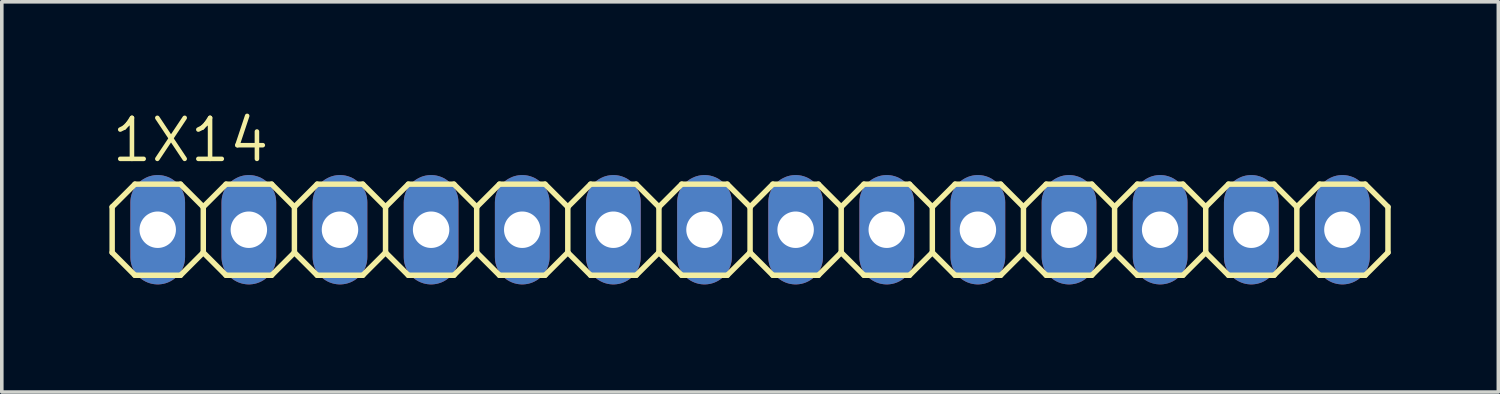
<source format=kicad_pcb>
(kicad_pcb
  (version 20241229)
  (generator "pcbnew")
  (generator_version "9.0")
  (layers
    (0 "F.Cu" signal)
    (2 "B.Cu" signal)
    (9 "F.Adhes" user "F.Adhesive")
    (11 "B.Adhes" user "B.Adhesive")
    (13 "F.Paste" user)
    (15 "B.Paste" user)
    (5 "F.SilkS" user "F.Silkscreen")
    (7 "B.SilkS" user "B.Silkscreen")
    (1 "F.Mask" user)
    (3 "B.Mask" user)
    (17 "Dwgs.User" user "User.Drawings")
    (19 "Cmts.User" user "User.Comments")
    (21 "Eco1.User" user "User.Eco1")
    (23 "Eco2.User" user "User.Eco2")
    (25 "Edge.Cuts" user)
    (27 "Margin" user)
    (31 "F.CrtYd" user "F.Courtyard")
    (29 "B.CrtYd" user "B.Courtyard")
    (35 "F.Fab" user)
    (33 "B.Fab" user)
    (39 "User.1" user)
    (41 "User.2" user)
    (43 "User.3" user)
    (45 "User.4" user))
  (footprint "1X14"
    (layer "F.Cu")
    (at 17.856 3.353)
    (property "Reference" "1X14" (at -17.856 -1.829 0) (layer "F.SilkS") (effects (font (size 1.143 1.143) (thickness 0.127)) (justify left bottom)))
    (fp_line (start -17.78 -0.635) (end -17.78 0.635) (stroke (width 0.152) (type solid)) (layer "F.SilkS"))
    (fp_line (start -17.78 0.635) (end -17.145 1.27) (stroke (width 0.152) (type solid)) (layer "F.SilkS"))
    (fp_line (start -17.145 -1.27) (end -17.78 -0.635) (stroke (width 0.152) (type solid)) (layer "F.SilkS"))
    (fp_line (start -17.145 -1.27) (end -15.875 -1.27) (stroke (width 0.152) (type solid)) (layer "F.SilkS"))
    (fp_line (start -15.875 -1.27) (end -15.24 -0.635) (stroke (width 0.152) (type solid)) (layer "F.SilkS"))
    (fp_line (start -15.875 1.27) (end -17.145 1.27) (stroke (width 0.152) (type solid)) (layer "F.SilkS"))
    (fp_line (start -15.24 -0.635) (end -15.24 0.635) (stroke (width 0.152) (type solid)) (layer "F.SilkS"))
    (fp_line (start -15.24 -0.635) (end -14.605 -1.27) (stroke (width 0.152) (type solid)) (layer "F.SilkS"))
    (fp_line (start -15.24 0.635) (end -15.875 1.27) (stroke (width 0.152) (type solid)) (layer "F.SilkS"))
    (fp_line (start -14.605 -1.27) (end -13.335 -1.27) (stroke (width 0.152) (type solid)) (layer "F.SilkS"))
    (fp_line (start -14.605 1.27) (end -15.24 0.635) (stroke (width 0.152) (type solid)) (layer "F.SilkS"))
    (fp_line (start -13.335 -1.27) (end -12.7 -0.635) (stroke (width 0.152) (type solid)) (layer "F.SilkS"))
    (fp_line (start -13.335 1.27) (end -14.605 1.27) (stroke (width 0.152) (type solid)) (layer "F.SilkS"))
    (fp_line (start -12.7 -0.635) (end -12.7 0.635) (stroke (width 0.152) (type solid)) (layer "F.SilkS"))
    (fp_line (start -12.7 -0.635) (end -12.065 -1.27) (stroke (width 0.152) (type solid)) (layer "F.SilkS"))
    (fp_line (start -12.7 0.635) (end -13.335 1.27) (stroke (width 0.152) (type solid)) (layer "F.SilkS"))
    (fp_line (start -12.065 -1.27) (end -10.795 -1.27) (stroke (width 0.152) (type solid)) (layer "F.SilkS"))
    (fp_line (start -12.065 1.27) (end -12.7 0.635) (stroke (width 0.152) (type solid)) (layer "F.SilkS"))
    (fp_line (start -10.795 -1.27) (end -10.16 -0.635) (stroke (width 0.152) (type solid)) (layer "F.SilkS"))
    (fp_line (start -10.795 1.27) (end -12.065 1.27) (stroke (width 0.152) (type solid)) (layer "F.SilkS"))
    (fp_line (start -10.16 -0.635) (end -10.16 0.635) (stroke (width 0.152) (type solid)) (layer "F.SilkS"))
    (fp_line (start -10.16 0.635) (end -10.795 1.27) (stroke (width 0.152) (type solid)) (layer "F.SilkS"))
    (fp_line (start -10.16 0.635) (end -9.525 1.27) (stroke (width 0.152) (type solid)) (layer "F.SilkS"))
    (fp_line (start -9.525 -1.27) (end -10.16 -0.635) (stroke (width 0.152) (type solid)) (layer "F.SilkS"))
    (fp_line (start -9.525 -1.27) (end -8.255 -1.27) (stroke (width 0.152) (type solid)) (layer "F.SilkS"))
    (fp_line (start -8.255 -1.27) (end -7.62 -0.635) (stroke (width 0.152) (type solid)) (layer "F.SilkS"))
    (fp_line (start -8.255 1.27) (end -9.525 1.27) (stroke (width 0.152) (type solid)) (layer "F.SilkS"))
    (fp_line (start -7.62 -0.635) (end -7.62 0.635) (stroke (width 0.152) (type solid)) (layer "F.SilkS"))
    (fp_line (start -7.62 -0.635) (end -6.985 -1.27) (stroke (width 0.152) (type solid)) (layer "F.SilkS"))
    (fp_line (start -7.62 0.635) (end -8.255 1.27) (stroke (width 0.152) (type solid)) (layer "F.SilkS"))
    (fp_line (start -6.985 -1.27) (end -5.715 -1.27) (stroke (width 0.152) (type solid)) (layer "F.SilkS"))
    (fp_line (start -6.985 1.27) (end -7.62 0.635) (stroke (width 0.152) (type solid)) (layer "F.SilkS"))
    (fp_line (start -5.715 -1.27) (end -5.08 -0.635) (stroke (width 0.152) (type solid)) (layer "F.SilkS"))
    (fp_line (start -5.715 1.27) (end -6.985 1.27) (stroke (width 0.152) (type solid)) (layer "F.SilkS"))
    (fp_line (start -5.08 -0.635) (end -5.08 0.635) (stroke (width 0.152) (type solid)) (layer "F.SilkS"))
    (fp_line (start -5.08 -0.635) (end -4.445 -1.27) (stroke (width 0.152) (type solid)) (layer "F.SilkS"))
    (fp_line (start -5.08 0.635) (end -5.715 1.27) (stroke (width 0.152) (type solid)) (layer "F.SilkS"))
    (fp_line (start -4.445 -1.27) (end -3.175 -1.27) (stroke (width 0.152) (type solid)) (layer "F.SilkS"))
    (fp_line (start -4.445 1.27) (end -5.08 0.635) (stroke (width 0.152) (type solid)) (layer "F.SilkS"))
    (fp_line (start -3.175 -1.27) (end -2.54 -0.635) (stroke (width 0.152) (type solid)) (layer "F.SilkS"))
    (fp_line (start -3.175 1.27) (end -4.445 1.27) (stroke (width 0.152) (type solid)) (layer "F.SilkS"))
    (fp_line (start -2.54 -0.635) (end -2.54 0.635) (stroke (width 0.152) (type solid)) (layer "F.SilkS"))
    (fp_line (start -2.54 0.635) (end -3.175 1.27) (stroke (width 0.152) (type solid)) (layer "F.SilkS"))
    (fp_line (start -2.54 0.635) (end -1.905 1.27) (stroke (width 0.152) (type solid)) (layer "F.SilkS"))
    (fp_line (start -1.905 -1.27) (end -2.54 -0.635) (stroke (width 0.152) (type solid)) (layer "F.SilkS"))
    (fp_line (start -1.905 -1.27) (end -0.635 -1.27) (stroke (width 0.152) (type solid)) (layer "F.SilkS"))
    (fp_line (start -0.635 -1.27) (end 0 -0.635) (stroke (width 0.152) (type solid)) (layer "F.SilkS"))
    (fp_line (start -0.635 1.27) (end -1.905 1.27) (stroke (width 0.152) (type solid)) (layer "F.SilkS"))
    (fp_line (start 0 -0.635) (end 0 0.635) (stroke (width 0.152) (type solid)) (layer "F.SilkS"))
    (fp_line (start 0 -0.635) (end 0.635 -1.27) (stroke (width 0.152) (type solid)) (layer "F.SilkS"))
    (fp_line (start 0 0.635) (end -0.635 1.27) (stroke (width 0.152) (type solid)) (layer "F.SilkS"))
    (fp_line (start 0.635 -1.27) (end 1.905 -1.27) (stroke (width 0.152) (type solid)) (layer "F.SilkS"))
    (fp_line (start 0.635 1.27) (end 0 0.635) (stroke (width 0.152) (type solid)) (layer "F.SilkS"))
    (fp_line (start 1.905 -1.27) (end 2.54 -0.635) (stroke (width 0.152) (type solid)) (layer "F.SilkS"))
    (fp_line (start 1.905 1.27) (end 0.635 1.27) (stroke (width 0.152) (type solid)) (layer "F.SilkS"))
    (fp_line (start 2.54 -0.635) (end 2.54 0.635) (stroke (width 0.152) (type solid)) (layer "F.SilkS"))
    (fp_line (start 2.54 -0.635) (end 3.175 -1.27) (stroke (width 0.152) (type solid)) (layer "F.SilkS"))
    (fp_line (start 2.54 0.635) (end 1.905 1.27) (stroke (width 0.152) (type solid)) (layer "F.SilkS"))
    (fp_line (start 3.175 -1.27) (end 4.445 -1.27) (stroke (width 0.152) (type solid)) (layer "F.SilkS"))
    (fp_line (start 3.175 1.27) (end 2.54 0.635) (stroke (width 0.152) (type solid)) (layer "F.SilkS"))
    (fp_line (start 4.445 -1.27) (end 5.08 -0.635) (stroke (width 0.152) (type solid)) (layer "F.SilkS"))
    (fp_line (start 4.445 1.27) (end 3.175 1.27) (stroke (width 0.152) (type solid)) (layer "F.SilkS"))
    (fp_line (start 5.08 -0.635) (end 5.08 0.635) (stroke (width 0.152) (type solid)) (layer "F.SilkS"))
    (fp_line (start 5.08 0.635) (end 4.445 1.27) (stroke (width 0.152) (type solid)) (layer "F.SilkS"))
    (fp_line (start 5.08 0.635) (end 5.715 1.27) (stroke (width 0.152) (type solid)) (layer "F.SilkS"))
    (fp_line (start 5.715 -1.27) (end 5.08 -0.635) (stroke (width 0.152) (type solid)) (layer "F.SilkS"))
    (fp_line (start 5.715 -1.27) (end 6.985 -1.27) (stroke (width 0.152) (type solid)) (layer "F.SilkS"))
    (fp_line (start 6.985 -1.27) (end 7.62 -0.635) (stroke (width 0.152) (type solid)) (layer "F.SilkS"))
    (fp_line (start 6.985 1.27) (end 5.715 1.27) (stroke (width 0.152) (type solid)) (layer "F.SilkS"))
    (fp_line (start 7.62 -0.635) (end 7.62 0.635) (stroke (width 0.152) (type solid)) (layer "F.SilkS"))
    (fp_line (start 7.62 -0.635) (end 8.255 -1.27) (stroke (width 0.152) (type solid)) (layer "F.SilkS"))
    (fp_line (start 7.62 0.635) (end 6.985 1.27) (stroke (width 0.152) (type solid)) (layer "F.SilkS"))
    (fp_line (start 8.255 -1.27) (end 9.525 -1.27) (stroke (width 0.152) (type solid)) (layer "F.SilkS"))
    (fp_line (start 8.255 1.27) (end 7.62 0.635) (stroke (width 0.152) (type solid)) (layer "F.SilkS"))
    (fp_line (start 9.525 -1.27) (end 10.16 -0.635) (stroke (width 0.152) (type solid)) (layer "F.SilkS"))
    (fp_line (start 9.525 1.27) (end 8.255 1.27) (stroke (width 0.152) (type solid)) (layer "F.SilkS"))
    (fp_line (start 10.16 -0.635) (end 10.16 0.635) (stroke (width 0.152) (type solid)) (layer "F.SilkS"))
    (fp_line (start 10.16 -0.635) (end 10.795 -1.27) (stroke (width 0.152) (type solid)) (layer "F.SilkS"))
    (fp_line (start 10.16 0.635) (end 9.525 1.27) (stroke (width 0.152) (type solid)) (layer "F.SilkS"))
    (fp_line (start 10.795 -1.27) (end 12.065 -1.27) (stroke (width 0.152) (type solid)) (layer "F.SilkS"))
    (fp_line (start 10.795 1.27) (end 10.16 0.635) (stroke (width 0.152) (type solid)) (layer "F.SilkS"))
    (fp_line (start 12.065 -1.27) (end 12.7 -0.635) (stroke (width 0.152) (type solid)) (layer "F.SilkS"))
    (fp_line (start 12.065 1.27) (end 10.795 1.27) (stroke (width 0.152) (type solid)) (layer "F.SilkS"))
    (fp_line (start 12.7 -0.635) (end 12.7 0.635) (stroke (width 0.152) (type solid)) (layer "F.SilkS"))
    (fp_line (start 12.7 0.635) (end 12.065 1.27) (stroke (width 0.152) (type solid)) (layer "F.SilkS"))
    (fp_line (start 12.7 0.635) (end 13.335 1.27) (stroke (width 0.152) (type solid)) (layer "F.SilkS"))
    (fp_line (start 13.335 -1.27) (end 12.7 -0.635) (stroke (width 0.152) (type solid)) (layer "F.SilkS"))
    (fp_line (start 13.335 -1.27) (end 14.605 -1.27) (stroke (width 0.152) (type solid)) (layer "F.SilkS"))
    (fp_line (start 14.605 -1.27) (end 15.24 -0.635) (stroke (width 0.152) (type solid)) (layer "F.SilkS"))
    (fp_line (start 14.605 1.27) (end 13.335 1.27) (stroke (width 0.152) (type solid)) (layer "F.SilkS"))
    (fp_line (start 15.24 -0.635) (end 15.24 0.635) (stroke (width 0.152) (type solid)) (layer "F.SilkS"))
    (fp_line (start 15.24 -0.635) (end 15.875 -1.27) (stroke (width 0.152) (type solid)) (layer "F.SilkS"))
    (fp_line (start 15.24 0.635) (end 14.605 1.27) (stroke (width 0.152) (type solid)) (layer "F.SilkS"))
    (fp_line (start 15.875 -1.27) (end 17.145 -1.27) (stroke (width 0.152) (type solid)) (layer "F.SilkS"))
    (fp_line (start 15.875 1.27) (end 15.24 0.635) (stroke (width 0.152) (type solid)) (layer "F.SilkS"))
    (fp_line (start 17.145 -1.27) (end 17.78 -0.635) (stroke (width 0.152) (type solid)) (layer "F.SilkS"))
    (fp_line (start 17.145 1.27) (end 15.875 1.27) (stroke (width 0.152) (type solid)) (layer "F.SilkS"))
    (fp_line (start 17.78 -0.635) (end 17.78 0.635) (stroke (width 0.152) (type solid)) (layer "F.SilkS"))
    (fp_line (start 17.78 0.635) (end 17.145 1.27) (stroke (width 0.152) (type solid)) (layer "F.SilkS"))
    (fp_poly (pts (xy -16.764 0.254) (xy -16.256 0.254) (xy -16.256 -0.254) (xy -16.764 -0.254)) (stroke (width 0.1) (type default)) (fill no) (layer "F.Fab"))
    (fp_poly (pts (xy -14.224 0.254) (xy -13.716 0.254) (xy -13.716 -0.254) (xy -14.224 -0.254)) (stroke (width 0.1) (type default)) (fill no) (layer "F.Fab"))
    (fp_poly (pts (xy -11.684 0.254) (xy -11.176 0.254) (xy -11.176 -0.254) (xy -11.684 -0.254)) (stroke (width 0.1) (type default)) (fill no) (layer "F.Fab"))
    (fp_poly (pts (xy -9.144 0.254) (xy -8.636 0.254) (xy -8.636 -0.254) (xy -9.144 -0.254)) (stroke (width 0.1) (type default)) (fill no) (layer "F.Fab"))
    (fp_poly (pts (xy -6.604 0.254) (xy -6.096 0.254) (xy -6.096 -0.254) (xy -6.604 -0.254)) (stroke (width 0.1) (type default)) (fill no) (layer "F.Fab"))
    (fp_poly (pts (xy -4.064 0.254) (xy -3.556 0.254) (xy -3.556 -0.254) (xy -4.064 -0.254)) (stroke (width 0.1) (type default)) (fill no) (layer "F.Fab"))
    (fp_poly (pts (xy -1.524 0.254) (xy -1.016 0.254) (xy -1.016 -0.254) (xy -1.524 -0.254)) (stroke (width 0.1) (type default)) (fill no) (layer "F.Fab"))
    (fp_poly (pts (xy 1.016 0.254) (xy 1.524 0.254) (xy 1.524 -0.254) (xy 1.016 -0.254)) (stroke (width 0.1) (type default)) (fill no) (layer "F.Fab"))
    (fp_poly (pts (xy 3.556 0.254) (xy 4.064 0.254) (xy 4.064 -0.254) (xy 3.556 -0.254)) (stroke (width 0.1) (type default)) (fill no) (layer "F.Fab"))
    (fp_poly (pts (xy 6.096 0.254) (xy 6.604 0.254) (xy 6.604 -0.254) (xy 6.096 -0.254)) (stroke (width 0.1) (type default)) (fill no) (layer "F.Fab"))
    (fp_poly (pts (xy 8.636 0.254) (xy 9.144 0.254) (xy 9.144 -0.254) (xy 8.636 -0.254)) (stroke (width 0.1) (type default)) (fill no) (layer "F.Fab"))
    (fp_poly (pts (xy 11.176 0.254) (xy 11.684 0.254) (xy 11.684 -0.254) (xy 11.176 -0.254)) (stroke (width 0.1) (type default)) (fill no) (layer "F.Fab"))
    (fp_poly (pts (xy 13.716 0.254) (xy 14.224 0.254) (xy 14.224 -0.254) (xy 13.716 -0.254)) (stroke (width 0.1) (type default)) (fill no) (layer "F.Fab"))
    (fp_poly (pts (xy 16.256 0.254) (xy 16.764 0.254) (xy 16.764 -0.254) (xy 16.256 -0.254)) (stroke (width 0.1) (type default)) (fill no) (layer "F.Fab"))
    (pad "1" thru_hole oval (at -16.51 0 90) (size 3.048 1.524) (drill 1.016) (layers "*.Cu" "*.Mask"))
    (pad "2" thru_hole oval (at -13.97 0 90) (size 3.048 1.524) (drill 1.016) (layers "*.Cu" "*.Mask"))
    (pad "3" thru_hole oval (at -11.43 0 90) (size 3.048 1.524) (drill 1.016) (layers "*.Cu" "*.Mask"))
    (pad "4" thru_hole oval (at -8.89 0 90) (size 3.048 1.524) (drill 1.016) (layers "*.Cu" "*.Mask"))
    (pad "5" thru_hole oval (at -6.35 0 90) (size 3.048 1.524) (drill 1.016) (layers "*.Cu" "*.Mask"))
    (pad "6" thru_hole oval (at -3.81 0 90) (size 3.048 1.524) (drill 1.016) (layers "*.Cu" "*.Mask"))
    (pad "7" thru_hole oval (at -1.27 0 90) (size 3.048 1.524) (drill 1.016) (layers "*.Cu" "*.Mask"))
    (pad "8" thru_hole oval (at 1.27 0 90) (size 3.048 1.524) (drill 1.016) (layers "*.Cu" "*.Mask"))
    (pad "9" thru_hole oval (at 3.81 0 90) (size 3.048 1.524) (drill 1.016) (layers "*.Cu" "*.Mask"))
    (pad "10" thru_hole oval (at 6.35 0 90) (size 3.048 1.524) (drill 1.016) (layers "*.Cu" "*.Mask"))
    (pad "11" thru_hole oval (at 8.89 0 90) (size 3.048 1.524) (drill 1.016) (layers "*.Cu" "*.Mask"))
    (pad "12" thru_hole oval (at 11.43 0 90) (size 3.048 1.524) (drill 1.016) (layers "*.Cu" "*.Mask"))
    (pad "13" thru_hole oval (at 13.97 0 90) (size 3.048 1.524) (drill 1.016) (layers "*.Cu" "*.Mask"))
    (pad "14" thru_hole oval (at 16.51 0 90) (size 3.048 1.524) (drill 1.016) (layers "*.Cu" "*.Mask")))
  (gr_rect
    (start -3 -3)
    (end 38.712 7.877)
    (stroke (width 0.1) (type default))
    (fill no)
    (layer "Edge.Cuts")))
</source>
